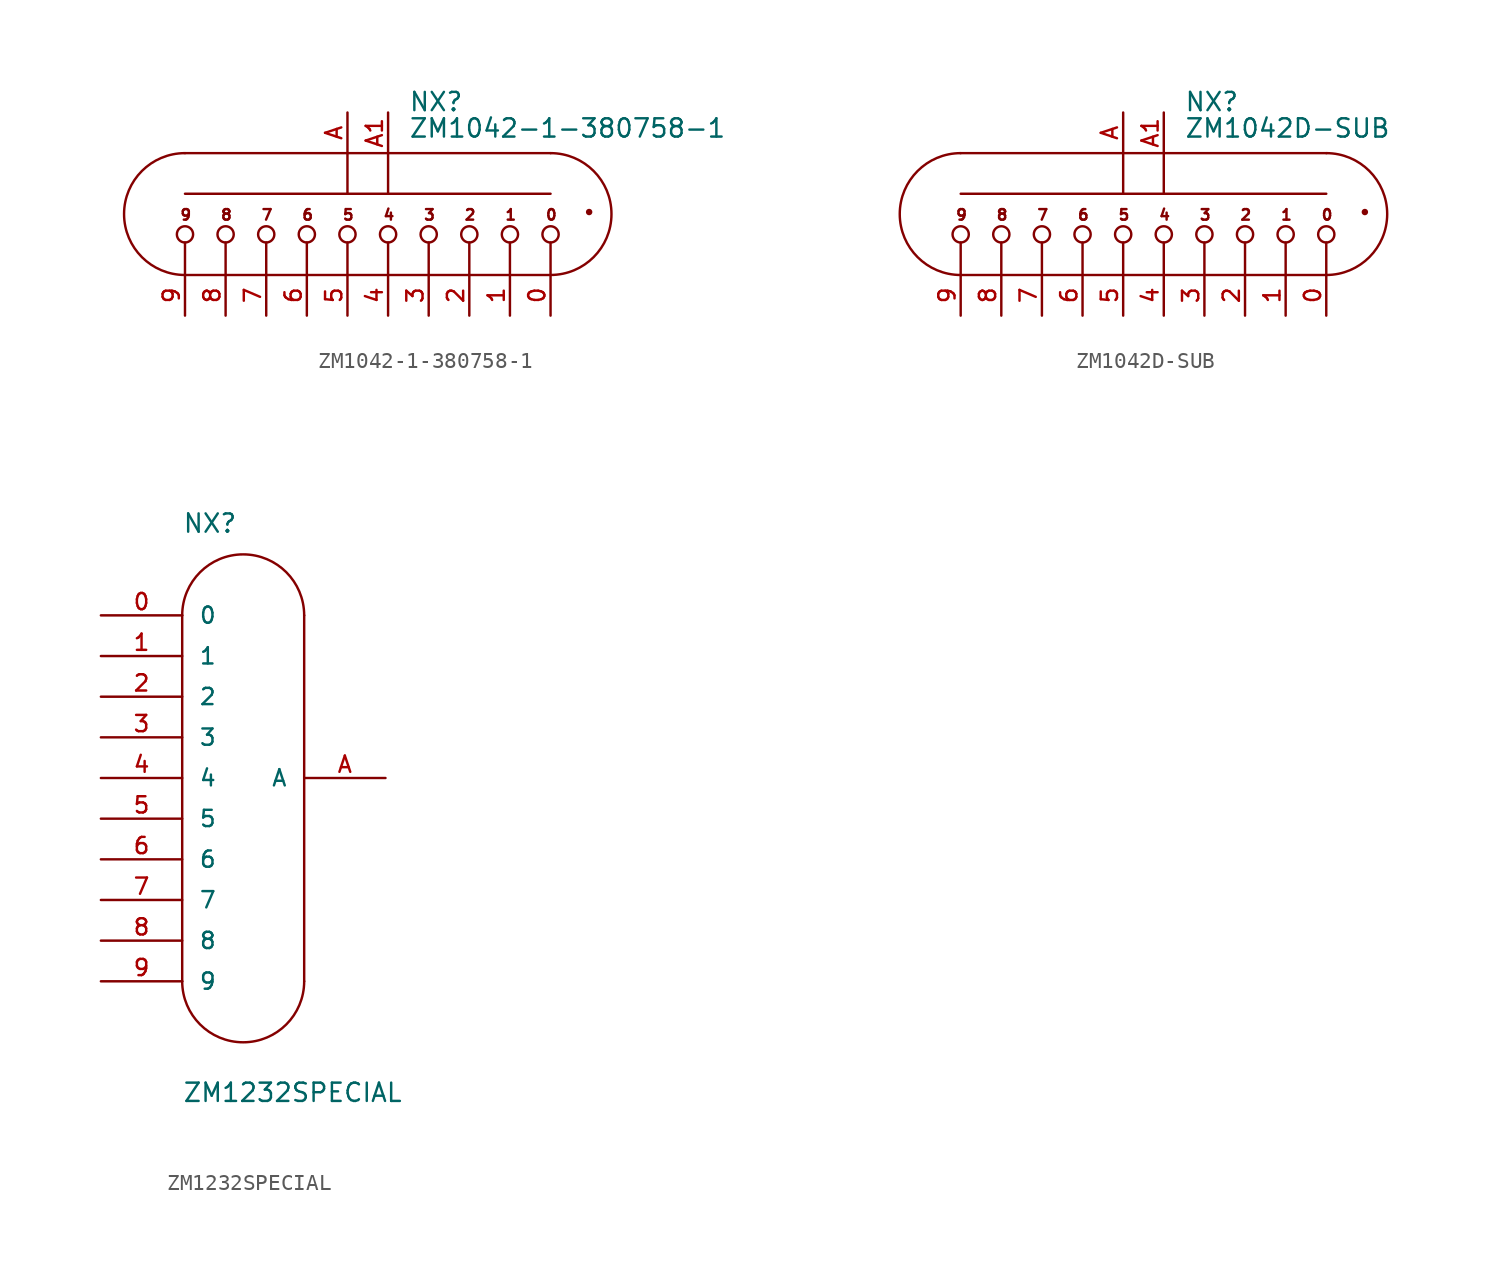
<source format=kicad_sym>
(kicad_symbol_lib
  (version 20211014)
  (generator kicad_symbol_editor)
  (symbol "ZM1042-1-380758-1"
    (pin_names
      (offset 1.016) hide)
    (property "Reference" "NX"
      (at 3.81 5.08 0)
      (effects (font (size 1.143 1.143)) (justify left bottom)))
    (property "Value" "ZM1042-1-380758-1"
      (at 3.81 3.429 0)
      (effects (font (size 1.143 1.143)) (justify left bottom)))
    (property "ki_locked" ""
      (at 0 0 0)
      (effects (font (size 1.27 1.27))))
    (symbol "ZM1042-1-380758-1_1_0"
      (polyline (pts (xy -10.16 -5.08) (xy -10.16 -3.048)) (stroke (width 0) (type default) (color 0 0 0 0)) (fill (type none)))
      (polyline (pts (xy -10.16 -5.08) (xy -7.62 -5.08)) (stroke (width 0) (type default) (color 0 0 0 0)) (fill (type none)))
      (polyline (pts (xy -10.16 0) (xy 0 0)) (stroke (width 0) (type default) (color 0 0 0 0)) (fill (type none)))
      (polyline (pts (xy -10.16 2.54) (xy 0 2.54)) (stroke (width 0) (type default) (color 0 0 0 0)) (fill (type none)))
      (polyline (pts (xy -7.62 -5.08) (xy -7.62 -3.048)) (stroke (width 0) (type default) (color 0 0 0 0)) (fill (type none)))
      (polyline (pts (xy -7.62 -5.08) (xy -5.08 -5.08)) (stroke (width 0) (type default) (color 0 0 0 0)) (fill (type none)))
      (polyline (pts (xy -5.08 -5.08) (xy -5.08 -3.048)) (stroke (width 0) (type default) (color 0 0 0 0)) (fill (type none)))
      (polyline (pts (xy -5.08 -5.08) (xy -2.54 -5.08)) (stroke (width 0) (type default) (color 0 0 0 0)) (fill (type none)))
      (polyline (pts (xy -2.54 -5.08) (xy -2.54 -3.048)) (stroke (width 0) (type default) (color 0 0 0 0)) (fill (type none)))
      (polyline (pts (xy -2.54 -5.08) (xy 0 -5.08)) (stroke (width 0) (type default) (color 0 0 0 0)) (fill (type none)))
      (polyline (pts (xy 0 -5.08) (xy 0 -3.048)) (stroke (width 0) (type default) (color 0 0 0 0)) (fill (type none)))
      (polyline (pts (xy 0 -5.08) (xy 2.54 -5.08)) (stroke (width 0) (type default) (color 0 0 0 0)) (fill (type none)))
      (polyline (pts (xy 0 0) (xy 2.54 0)) (stroke (width 0) (type default) (color 0 0 0 0)) (fill (type none)))
      (polyline (pts (xy 0 2.54) (xy 0 0)) (stroke (width 0) (type default) (color 0 0 0 0)) (fill (type none)))
      (polyline (pts (xy 0 2.54) (xy 2.54 2.54)) (stroke (width 0) (type default) (color 0 0 0 0)) (fill (type none)))
      (polyline (pts (xy 2.54 -5.08) (xy 2.54 -3.048)) (stroke (width 0) (type default) (color 0 0 0 0)) (fill (type none)))
      (polyline (pts (xy 2.54 -5.08) (xy 5.08 -5.08)) (stroke (width 0) (type default) (color 0 0 0 0)) (fill (type none)))
      (polyline (pts (xy 2.54 0) (xy 12.7 0)) (stroke (width 0) (type default) (color 0 0 0 0)) (fill (type none)))
      (polyline (pts (xy 2.54 2.54) (xy 2.54 0)) (stroke (width 0) (type default) (color 0 0 0 0)) (fill (type none)))
      (polyline (pts (xy 2.54 2.54) (xy 12.7 2.54)) (stroke (width 0) (type default) (color 0 0 0 0)) (fill (type none)))
      (polyline (pts (xy 5.08 -5.08) (xy 5.08 -3.048)) (stroke (width 0) (type default) (color 0 0 0 0)) (fill (type none)))
      (polyline (pts (xy 5.08 -5.08) (xy 7.62 -5.08)) (stroke (width 0) (type default) (color 0 0 0 0)) (fill (type none)))
      (polyline (pts (xy 7.62 -5.08) (xy 7.62 -3.048)) (stroke (width 0) (type default) (color 0 0 0 0)) (fill (type none)))
      (polyline (pts (xy 7.62 -5.08) (xy 10.16 -5.08)) (stroke (width 0) (type default) (color 0 0 0 0)) (fill (type none)))
      (polyline (pts (xy 10.16 -5.08) (xy 10.16 -3.048)) (stroke (width 0) (type default) (color 0 0 0 0)) (fill (type none)))
      (polyline (pts (xy 10.16 -5.08) (xy 12.7 -5.08)) (stroke (width 0) (type default) (color 0 0 0 0)) (fill (type none)))
      (polyline (pts (xy 12.7 -5.08) (xy 12.7 -3.048)) (stroke (width 0) (type default) (color 0 0 0 0)) (fill (type none)))
      (text "0" (at 12.751 -1.321 0) (effects (font (size 0.66 0.66))))
      (text "1" (at 10.211 -1.321 0) (effects (font (size 0.66 0.66))))
      (text "2" (at 7.671 -1.321 0) (effects (font (size 0.66 0.66))))
      (text "3" (at 5.131 -1.321 0) (effects (font (size 0.66 0.66))))
      (text "4" (at 2.591 -1.321 0) (effects (font (size 0.66 0.66))))
      (text "5" (at 0.051 -1.321 0) (effects (font (size 0.66 0.66))))
      (text "6" (at -2.489 -1.321 0) (effects (font (size 0.66 0.66))))
      (text "7" (at -5.029 -1.321 0) (effects (font (size 0.66 0.66))))
      (text "8" (at -7.569 -1.321 0) (effects (font (size 0.66 0.66))))
      (text "9" (at -10.109 -1.321 0) (effects (font (size 0.66 0.66)))))
    (symbol "ZM1042-1-380758-1_1_1"
      (circle (center -10.16 -2.54) (radius 0.508) (stroke (width 0) (type default) (color 0 0 0 0)) (fill (type none)))
      (arc (start -10.16 2.54) (mid -13.97 -1.27) (end -10.16 -5.08) (stroke (width 0) (type default) (color 0 0 0 0)) (fill (type none)))
      (circle (center -7.62 -2.54) (radius 0.508) (stroke (width 0) (type default) (color 0 0 0 0)) (fill (type none)))
      (circle (center -5.08 -2.54) (radius 0.508) (stroke (width 0) (type default) (color 0 0 0 0)) (fill (type none)))
      (circle (center -2.54 -2.54) (radius 0.508) (stroke (width 0) (type default) (color 0 0 0 0)) (fill (type none)))
      (circle (center 0 -2.54) (radius 0.508) (stroke (width 0) (type default) (color 0 0 0 0)) (fill (type none)))
      (circle (center 2.54 -2.54) (radius 0.508) (stroke (width 0) (type default) (color 0 0 0 0)) (fill (type none)))
      (circle (center 5.08 -2.54) (radius 0.508) (stroke (width 0) (type default) (color 0 0 0 0)) (fill (type none)))
      (circle (center 7.62 -2.54) (radius 0.508) (stroke (width 0) (type default) (color 0 0 0 0)) (fill (type none)))
      (circle (center 10.16 -2.54) (radius 0.508) (stroke (width 0) (type default) (color 0 0 0 0)) (fill (type none)))
      (arc (start 12.7 -5.08) (mid 16.51 -1.27) (end 12.7 2.54) (stroke (width 0) (type default) (color 0 0 0 0)) (fill (type none)))
      (circle (center 12.7 -2.54) (radius 0.508) (stroke (width 0) (type default) (color 0 0 0 0)) (fill (type none)))
      (circle (center 15.113 -1.143) (radius 0.127) (stroke (width 0) (type default) (color 0 0 0 0)) (fill (type outline)))
      (pin passive line (at 12.7 -7.62 90) (length 2.54) (name "0" (effects (font (size 1.016 1.016)))) (number "0" (effects (font (size 1.016 1.016)))))
      (pin passive line (at 10.16 -7.62 90) (length 2.54) (name "1" (effects (font (size 1.016 1.016)))) (number "1" (effects (font (size 1.016 1.016)))))
      (pin passive line (at 7.62 -7.62 90) (length 2.54) (name "2" (effects (font (size 1.016 1.016)))) (number "2" (effects (font (size 1.016 1.016)))))
      (pin passive line (at 5.08 -7.62 90) (length 2.54) (name "3" (effects (font (size 1.016 1.016)))) (number "3" (effects (font (size 1.016 1.016)))))
      (pin passive line (at 2.54 -7.62 90) (length 2.54) (name "4" (effects (font (size 1.016 1.016)))) (number "4" (effects (font (size 1.016 1.016)))))
      (pin passive line (at 0 -7.62 90) (length 2.54) (name "5" (effects (font (size 1.016 1.016)))) (number "5" (effects (font (size 1.016 1.016)))))
      (pin passive line (at -2.54 -7.62 90) (length 2.54) (name "6" (effects (font (size 1.016 1.016)))) (number "6" (effects (font (size 1.016 1.016)))))
      (pin passive line (at -5.08 -7.62 90) (length 2.54) (name "7" (effects (font (size 1.016 1.016)))) (number "7" (effects (font (size 1.016 1.016)))))
      (pin passive line (at -7.62 -7.62 90) (length 2.54) (name "8" (effects (font (size 1.016 1.016)))) (number "8" (effects (font (size 1.016 1.016)))))
      (pin passive line (at -10.16 -7.62 90) (length 2.54) (name "9" (effects (font (size 1.016 1.016)))) (number "9" (effects (font (size 1.016 1.016)))))
      (pin passive line (at 0 5.08 270) (length 2.54) (name "A1" (effects (font (size 1.016 1.016)))) (number "A" (effects (font (size 1.016 1.016)))))
      (pin passive line (at 2.54 5.08 270) (length 2.54) (name "A2" (effects (font (size 1.016 1.016)))) (number "A1" (effects (font (size 1.016 1.016)))))))
  (symbol "ZM1042D-SUB"
    (pin_names
      (offset 1.016) hide)
    (property "Reference" "NX"
      (at 3.81 5.08 0)
      (effects (font (size 1.143 1.143)) (justify left bottom)))
    (property "Value" "ZM1042D-SUB"
      (at 3.81 3.429 0)
      (effects (font (size 1.143 1.143)) (justify left bottom)))
    (property "ki_locked" ""
      (at 0 0 0)
      (effects (font (size 1.27 1.27))))
    (symbol "ZM1042D-SUB_1_0"
      (polyline (pts (xy -10.16 -5.08) (xy -10.16 -3.048)) (stroke (width 0) (type default) (color 0 0 0 0)) (fill (type none)))
      (polyline (pts (xy -10.16 -5.08) (xy -7.62 -5.08)) (stroke (width 0) (type default) (color 0 0 0 0)) (fill (type none)))
      (polyline (pts (xy -10.16 0) (xy 0 0)) (stroke (width 0) (type default) (color 0 0 0 0)) (fill (type none)))
      (polyline (pts (xy -10.16 2.54) (xy 0 2.54)) (stroke (width 0) (type default) (color 0 0 0 0)) (fill (type none)))
      (polyline (pts (xy -7.62 -5.08) (xy -7.62 -3.048)) (stroke (width 0) (type default) (color 0 0 0 0)) (fill (type none)))
      (polyline (pts (xy -7.62 -5.08) (xy -5.08 -5.08)) (stroke (width 0) (type default) (color 0 0 0 0)) (fill (type none)))
      (polyline (pts (xy -5.08 -5.08) (xy -5.08 -3.048)) (stroke (width 0) (type default) (color 0 0 0 0)) (fill (type none)))
      (polyline (pts (xy -5.08 -5.08) (xy -2.54 -5.08)) (stroke (width 0) (type default) (color 0 0 0 0)) (fill (type none)))
      (polyline (pts (xy -2.54 -5.08) (xy -2.54 -3.048)) (stroke (width 0) (type default) (color 0 0 0 0)) (fill (type none)))
      (polyline (pts (xy -2.54 -5.08) (xy 0 -5.08)) (stroke (width 0) (type default) (color 0 0 0 0)) (fill (type none)))
      (polyline (pts (xy 0 -5.08) (xy 0 -3.048)) (stroke (width 0) (type default) (color 0 0 0 0)) (fill (type none)))
      (polyline (pts (xy 0 -5.08) (xy 2.54 -5.08)) (stroke (width 0) (type default) (color 0 0 0 0)) (fill (type none)))
      (polyline (pts (xy 0 0) (xy 2.54 0)) (stroke (width 0) (type default) (color 0 0 0 0)) (fill (type none)))
      (polyline (pts (xy 0 2.54) (xy 0 0)) (stroke (width 0) (type default) (color 0 0 0 0)) (fill (type none)))
      (polyline (pts (xy 0 2.54) (xy 2.54 2.54)) (stroke (width 0) (type default) (color 0 0 0 0)) (fill (type none)))
      (polyline (pts (xy 2.54 -5.08) (xy 2.54 -3.048)) (stroke (width 0) (type default) (color 0 0 0 0)) (fill (type none)))
      (polyline (pts (xy 2.54 -5.08) (xy 5.08 -5.08)) (stroke (width 0) (type default) (color 0 0 0 0)) (fill (type none)))
      (polyline (pts (xy 2.54 0) (xy 12.7 0)) (stroke (width 0) (type default) (color 0 0 0 0)) (fill (type none)))
      (polyline (pts (xy 2.54 2.54) (xy 2.54 0)) (stroke (width 0) (type default) (color 0 0 0 0)) (fill (type none)))
      (polyline (pts (xy 2.54 2.54) (xy 12.7 2.54)) (stroke (width 0) (type default) (color 0 0 0 0)) (fill (type none)))
      (polyline (pts (xy 5.08 -5.08) (xy 5.08 -3.048)) (stroke (width 0) (type default) (color 0 0 0 0)) (fill (type none)))
      (polyline (pts (xy 5.08 -5.08) (xy 7.62 -5.08)) (stroke (width 0) (type default) (color 0 0 0 0)) (fill (type none)))
      (polyline (pts (xy 7.62 -5.08) (xy 7.62 -3.048)) (stroke (width 0) (type default) (color 0 0 0 0)) (fill (type none)))
      (polyline (pts (xy 7.62 -5.08) (xy 10.16 -5.08)) (stroke (width 0) (type default) (color 0 0 0 0)) (fill (type none)))
      (polyline (pts (xy 10.16 -5.08) (xy 10.16 -3.048)) (stroke (width 0) (type default) (color 0 0 0 0)) (fill (type none)))
      (polyline (pts (xy 10.16 -5.08) (xy 12.7 -5.08)) (stroke (width 0) (type default) (color 0 0 0 0)) (fill (type none)))
      (polyline (pts (xy 12.7 -5.08) (xy 12.7 -3.048)) (stroke (width 0) (type default) (color 0 0 0 0)) (fill (type none)))
      (text "0" (at 12.751 -1.321 0) (effects (font (size 0.66 0.66))))
      (text "1" (at 10.211 -1.321 0) (effects (font (size 0.66 0.66))))
      (text "2" (at 7.671 -1.321 0) (effects (font (size 0.66 0.66))))
      (text "3" (at 5.131 -1.321 0) (effects (font (size 0.66 0.66))))
      (text "4" (at 2.591 -1.321 0) (effects (font (size 0.66 0.66))))
      (text "5" (at 0.051 -1.321 0) (effects (font (size 0.66 0.66))))
      (text "6" (at -2.489 -1.321 0) (effects (font (size 0.66 0.66))))
      (text "7" (at -5.029 -1.321 0) (effects (font (size 0.66 0.66))))
      (text "8" (at -7.569 -1.321 0) (effects (font (size 0.66 0.66))))
      (text "9" (at -10.109 -1.321 0) (effects (font (size 0.66 0.66)))))
    (symbol "ZM1042D-SUB_1_1"
      (circle (center -10.16 -2.54) (radius 0.508) (stroke (width 0) (type default) (color 0 0 0 0)) (fill (type none)))
      (arc (start -10.16 2.54) (mid -13.97 -1.27) (end -10.16 -5.08) (stroke (width 0) (type default) (color 0 0 0 0)) (fill (type none)))
      (circle (center -7.62 -2.54) (radius 0.508) (stroke (width 0) (type default) (color 0 0 0 0)) (fill (type none)))
      (circle (center -5.08 -2.54) (radius 0.508) (stroke (width 0) (type default) (color 0 0 0 0)) (fill (type none)))
      (circle (center -2.54 -2.54) (radius 0.508) (stroke (width 0) (type default) (color 0 0 0 0)) (fill (type none)))
      (circle (center 0 -2.54) (radius 0.508) (stroke (width 0) (type default) (color 0 0 0 0)) (fill (type none)))
      (circle (center 2.54 -2.54) (radius 0.508) (stroke (width 0) (type default) (color 0 0 0 0)) (fill (type none)))
      (circle (center 5.08 -2.54) (radius 0.508) (stroke (width 0) (type default) (color 0 0 0 0)) (fill (type none)))
      (circle (center 7.62 -2.54) (radius 0.508) (stroke (width 0) (type default) (color 0 0 0 0)) (fill (type none)))
      (circle (center 10.16 -2.54) (radius 0.508) (stroke (width 0) (type default) (color 0 0 0 0)) (fill (type none)))
      (arc (start 12.7 -5.08) (mid 16.51 -1.27) (end 12.7 2.54) (stroke (width 0) (type default) (color 0 0 0 0)) (fill (type none)))
      (circle (center 12.7 -2.54) (radius 0.508) (stroke (width 0) (type default) (color 0 0 0 0)) (fill (type none)))
      (circle (center 15.113 -1.143) (radius 0.127) (stroke (width 0) (type default) (color 0 0 0 0)) (fill (type outline)))
      (pin passive line (at 12.7 -7.62 90) (length 2.54) (name "0" (effects (font (size 1.016 1.016)))) (number "0" (effects (font (size 1.016 1.016)))))
      (pin passive line (at 10.16 -7.62 90) (length 2.54) (name "1" (effects (font (size 1.016 1.016)))) (number "1" (effects (font (size 1.016 1.016)))))
      (pin passive line (at 7.62 -7.62 90) (length 2.54) (name "2" (effects (font (size 1.016 1.016)))) (number "2" (effects (font (size 1.016 1.016)))))
      (pin passive line (at 5.08 -7.62 90) (length 2.54) (name "3" (effects (font (size 1.016 1.016)))) (number "3" (effects (font (size 1.016 1.016)))))
      (pin passive line (at 2.54 -7.62 90) (length 2.54) (name "4" (effects (font (size 1.016 1.016)))) (number "4" (effects (font (size 1.016 1.016)))))
      (pin passive line (at 0 -7.62 90) (length 2.54) (name "5" (effects (font (size 1.016 1.016)))) (number "5" (effects (font (size 1.016 1.016)))))
      (pin passive line (at -2.54 -7.62 90) (length 2.54) (name "6" (effects (font (size 1.016 1.016)))) (number "6" (effects (font (size 1.016 1.016)))))
      (pin passive line (at -5.08 -7.62 90) (length 2.54) (name "7" (effects (font (size 1.016 1.016)))) (number "7" (effects (font (size 1.016 1.016)))))
      (pin passive line (at -7.62 -7.62 90) (length 2.54) (name "8" (effects (font (size 1.016 1.016)))) (number "8" (effects (font (size 1.016 1.016)))))
      (pin passive line (at -10.16 -7.62 90) (length 2.54) (name "9" (effects (font (size 1.016 1.016)))) (number "9" (effects (font (size 1.016 1.016)))))
      (pin passive line (at 0 5.08 270) (length 2.54) (name "A1" (effects (font (size 1.016 1.016)))) (number "A" (effects (font (size 1.016 1.016)))))
      (pin passive line (at 2.54 5.08 270) (length 2.54) (name "A2" (effects (font (size 1.016 1.016)))) (number "A1" (effects (font (size 1.016 1.016)))))))
  (symbol "ZM1232SPECIAL"
    (pin_names
      (offset 1.016))
    (property "Reference" "NX"
      (at -22.86 12.7 0)
      (effects (font (size 1.143 1.143)) (justify left bottom)))
    (property "Value" "ZM1232SPECIAL"
      (at -22.86 -22.86 0)
      (effects (font (size 1.143 1.143)) (justify left bottom)))
    (property "ki_locked" ""
      (at 0 0 0)
      (effects (font (size 1.27 1.27))))
    (symbol "ZM1232SPECIAL_1_0"
      (polyline (pts (xy -22.86 7.62) (xy -22.86 -15.24)) (stroke (width 0) (type default) (color 0 0 0 0)) (fill (type none)))
      (polyline (pts (xy -15.24 7.62) (xy -15.24 -15.24)) (stroke (width 0) (type default) (color 0 0 0 0)) (fill (type none))))
    (symbol "ZM1232SPECIAL_1_1"
      (arc (start -22.86 -15.24) (mid -19.05 -19.05) (end -15.24 -15.24) (stroke (width 0) (type default) (color 0 0 0 0)) (fill (type none)))
      (arc (start -15.24 7.62) (mid -19.05 11.43) (end -22.86 7.62) (stroke (width 0) (type default) (color 0 0 0 0)) (fill (type none)))
      (pin passive line (at -27.94 7.62 0) (length 5.08) (name "0" (effects (font (size 1.016 1.016)))) (number "0" (effects (font (size 1.016 1.016)))))
      (pin passive line (at -27.94 5.08 0) (length 5.08) (name "1" (effects (font (size 1.016 1.016)))) (number "1" (effects (font (size 1.016 1.016)))))
      (pin passive line (at -27.94 2.54 0) (length 5.08) (name "2" (effects (font (size 1.016 1.016)))) (number "2" (effects (font (size 1.016 1.016)))))
      (pin passive line (at -27.94 0 0) (length 5.08) (name "3" (effects (font (size 1.016 1.016)))) (number "3" (effects (font (size 1.016 1.016)))))
      (pin passive line (at -27.94 -2.54 0) (length 5.08) (name "4" (effects (font (size 1.016 1.016)))) (number "4" (effects (font (size 1.016 1.016)))))
      (pin passive line (at -27.94 -5.08 0) (length 5.08) (name "5" (effects (font (size 1.016 1.016)))) (number "5" (effects (font (size 1.016 1.016)))))
      (pin passive line (at -27.94 -7.62 0) (length 5.08) (name "6" (effects (font (size 1.016 1.016)))) (number "6" (effects (font (size 1.016 1.016)))))
      (pin passive line (at -27.94 -10.16 0) (length 5.08) (name "7" (effects (font (size 1.016 1.016)))) (number "7" (effects (font (size 1.016 1.016)))))
      (pin passive line (at -27.94 -12.7 0) (length 5.08) (name "8" (effects (font (size 1.016 1.016)))) (number "8" (effects (font (size 1.016 1.016)))))
      (pin passive line (at -27.94 -15.24 0) (length 5.08) (name "9" (effects (font (size 1.016 1.016)))) (number "9" (effects (font (size 1.016 1.016)))))
      (pin passive line (at -10.16 -2.54 180) (length 5.08) (name "A" (effects (font (size 1.016 1.016)))) (number "A" (effects (font (size 1.016 1.016))))))))
</source>
